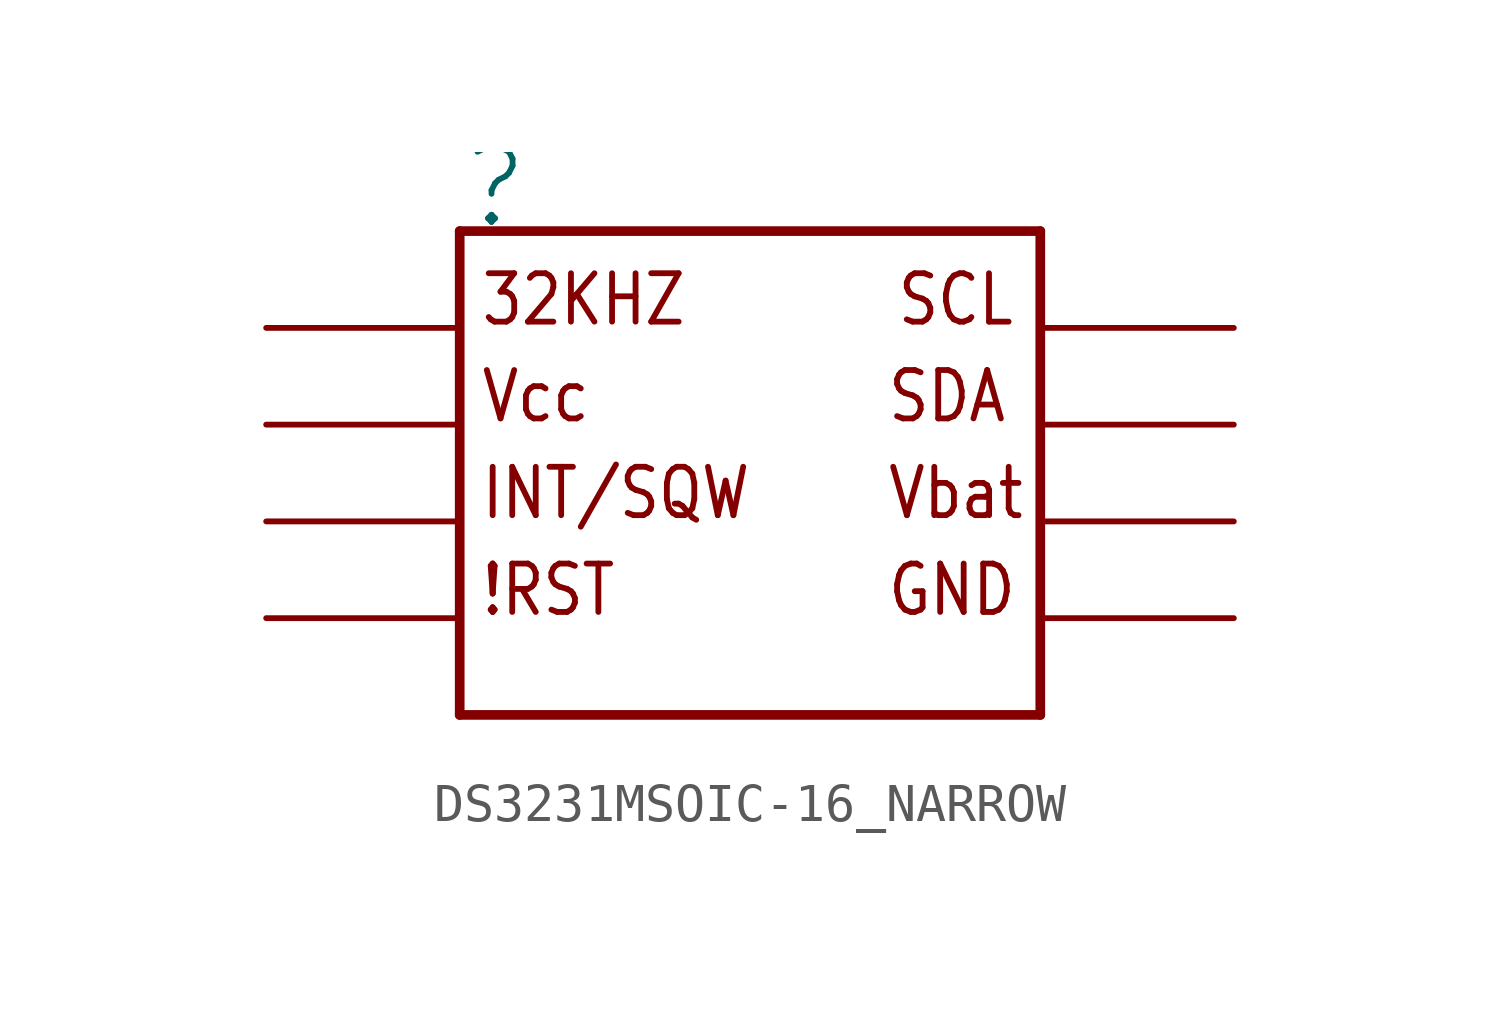
<source format=kicad_sym>
(kicad_symbol_lib
  (version 20211014)
  (generator kicad_symbol_editor)
  (symbol "DS3231MSOIC-16_NARROW"
    (property "Reference" ""
      (at -7.62 7.62 0)
      (effects (font (size 1.93 1.93)) (justify left bottom)))
    (property "ki_locked" ""
      (at 0 0 0)
      (effects (font (size 1.27 1.27))))
    (symbol "DS3231MSOIC-16_NARROW_1_0"
      (polyline (pts (xy -7.62 -5.08) (xy 7.62 -5.08)) (stroke (width 0.254) (type default) (color 0 0 0 0)) (fill (type none)))
      (polyline (pts (xy -7.62 7.62) (xy -7.62 -5.08)) (stroke (width 0.254) (type default) (color 0 0 0 0)) (fill (type none)))
      (polyline (pts (xy 7.62 -5.08) (xy 7.62 7.62)) (stroke (width 0.254) (type default) (color 0 0 0 0)) (fill (type none)))
      (polyline (pts (xy 7.62 7.62) (xy -7.62 7.62)) (stroke (width 0.254) (type default) (color 0 0 0 0)) (fill (type none)))
      (text "!RST" (at -7.112 -2.54 0) (effects (font (size 1.27 1.079)) (justify left bottom)))
      (text "32KHZ" (at -7.112 5.08 0) (effects (font (size 1.27 1.079)) (justify left bottom)))
      (text "GND" (at 3.556 -2.54 0) (effects (font (size 1.27 1.079)) (justify left bottom)))
      (text "INT/SQW" (at -7.112 0 0) (effects (font (size 1.27 1.079)) (justify left bottom)))
      (text "SCL" (at 3.81 5.08 0) (effects (font (size 1.27 1.079)) (justify left bottom)))
      (text "SDA" (at 3.556 2.54 0) (effects (font (size 1.27 1.079)) (justify left bottom)))
      (text "Vbat" (at 3.556 0 0) (effects (font (size 1.27 1.079)) (justify left bottom)))
      (text "Vcc" (at -7.112 2.54 0) (effects (font (size 1.27 1.079)) (justify left bottom)))
      (pin bidirectional line (at -12.7 5.08 0) (length 5.08) (name "P$1_32KHZ" (effects (font (size 0 0)))) (number "P$1" (effects (font (size 0 0)))))
      (pin power_in line (at 12.7 -2.54 180) (length 5.08) (name "P$5_GND" (effects (font (size 0 0)))) (number "P$13" (effects (font (size 0 0)))))
      (pin bidirectional line (at 12.7 0 180) (length 5.08) (name "P$6_VBAT" (effects (font (size 0 0)))) (number "P$14" (effects (font (size 0 0)))))
      (pin bidirectional line (at 12.7 2.54 180) (length 5.08) (name "P$7_SDA" (effects (font (size 0 0)))) (number "P$15" (effects (font (size 0 0)))))
      (pin bidirectional line (at 12.7 5.08 180) (length 5.08) (name "P$8_SCL" (effects (font (size 0 0)))) (number "P$16" (effects (font (size 0 0)))))
      (pin power_in line (at -12.7 2.54 0) (length 5.08) (name "P$2_VCC" (effects (font (size 0 0)))) (number "P$2" (effects (font (size 0 0)))))
      (pin bidirectional line (at -12.7 0 0) (length 5.08) (name "P$3_INT" (effects (font (size 0 0)))) (number "P$3" (effects (font (size 0 0)))))
      (pin bidirectional line (at -12.7 -2.54 0) (length 5.08) (name "P$4_RST" (effects (font (size 0 0)))) (number "P$4" (effects (font (size 0 0))))))))
</source>
